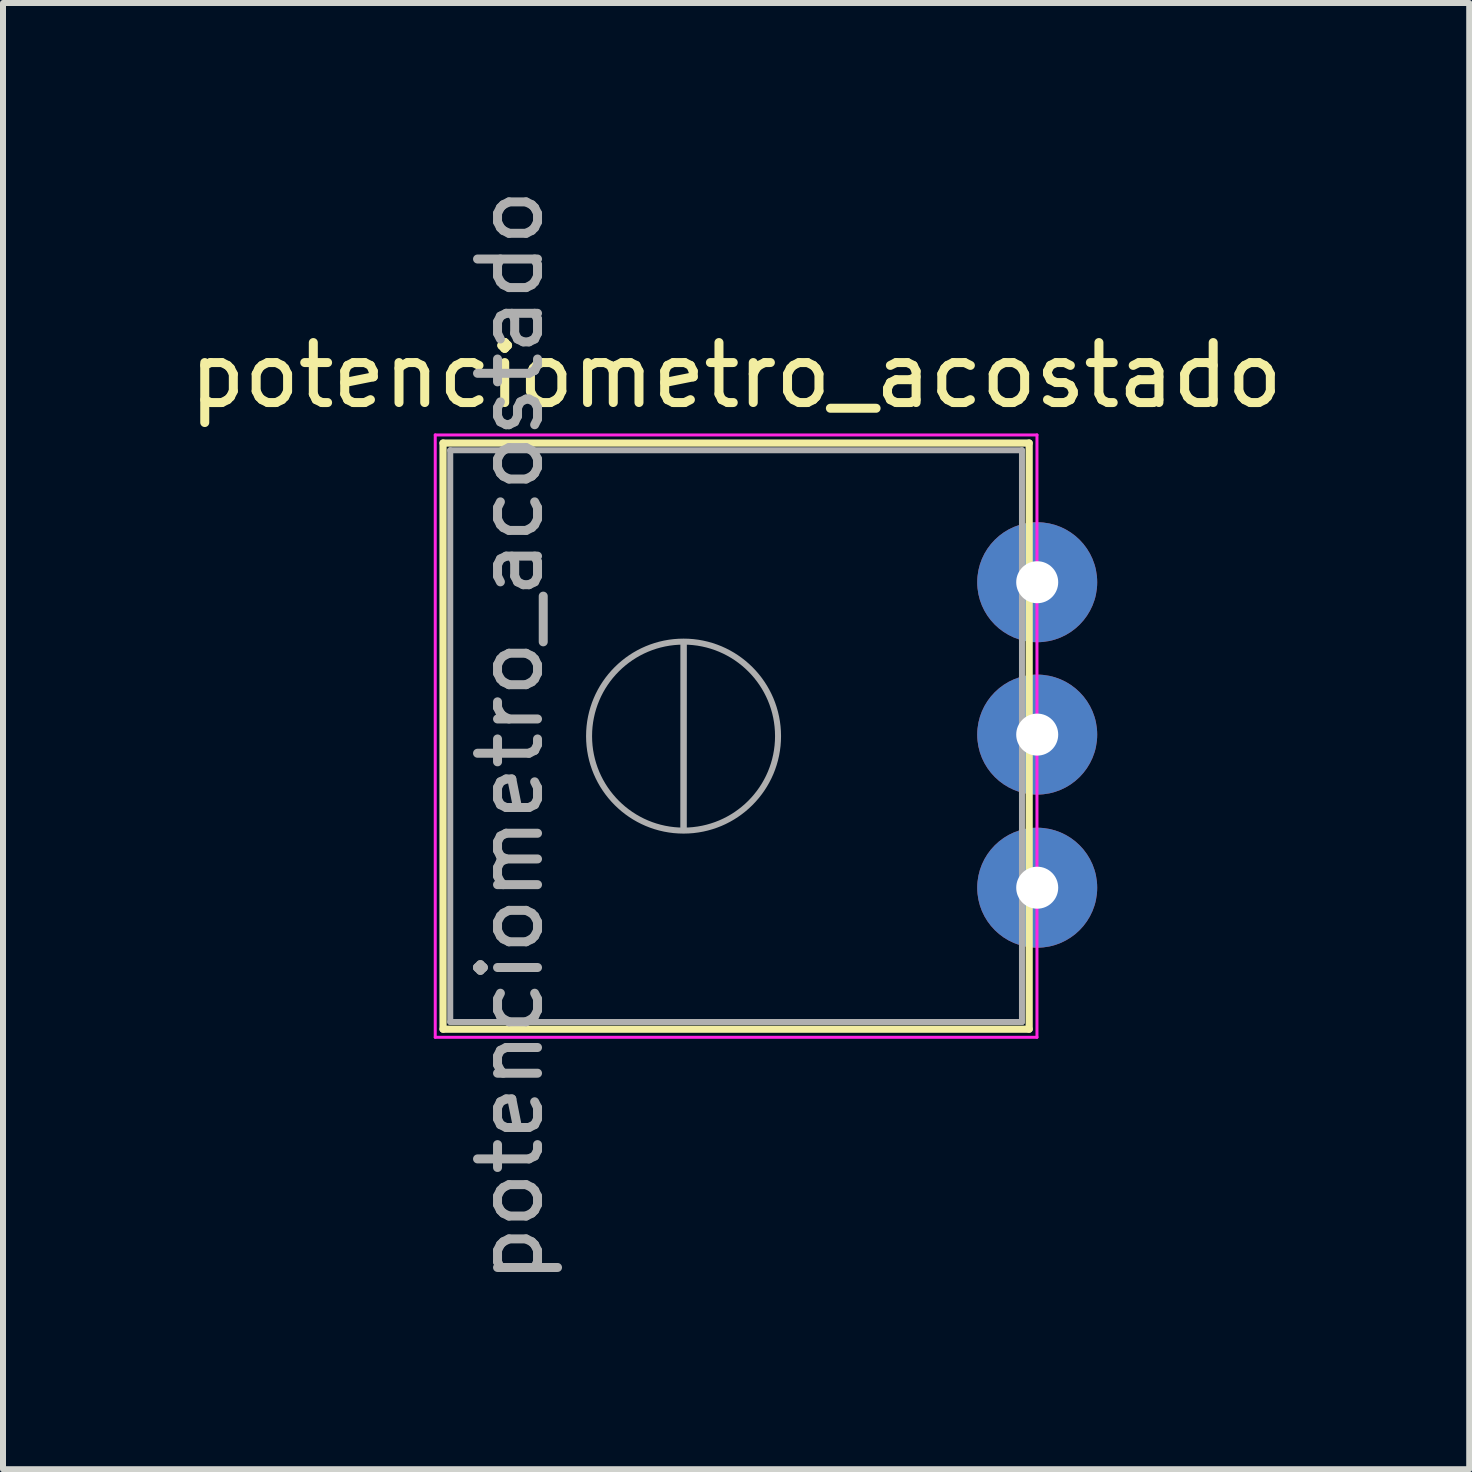
<source format=kicad_pcb>
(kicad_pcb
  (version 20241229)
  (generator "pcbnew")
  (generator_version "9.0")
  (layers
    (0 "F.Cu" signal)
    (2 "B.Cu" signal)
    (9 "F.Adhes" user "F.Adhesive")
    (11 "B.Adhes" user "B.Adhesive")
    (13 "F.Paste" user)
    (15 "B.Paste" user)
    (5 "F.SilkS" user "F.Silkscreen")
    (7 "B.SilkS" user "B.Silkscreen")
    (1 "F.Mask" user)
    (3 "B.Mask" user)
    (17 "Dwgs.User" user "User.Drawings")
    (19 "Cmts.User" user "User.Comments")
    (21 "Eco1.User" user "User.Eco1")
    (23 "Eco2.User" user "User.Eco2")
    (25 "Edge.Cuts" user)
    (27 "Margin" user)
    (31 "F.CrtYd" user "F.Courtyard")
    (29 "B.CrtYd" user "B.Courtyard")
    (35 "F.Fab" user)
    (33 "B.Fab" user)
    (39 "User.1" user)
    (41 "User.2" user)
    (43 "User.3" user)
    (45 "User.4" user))
  (footprint "potenciometro_acostado"
    (layer "F.Cu")
    (at 9.235 11.76)
    (property "Reference" "potenciometro_acostado" (at -0.015 -8.555 0) (layer "F.SilkS") (effects (font (size 1 1) (thickness 0.15))))
    (attr through_hole)
    (fp_line (start -4.9 -7.425) (end -4.9 2.345) (stroke (width 0.12) (type solid)) (layer "F.SilkS"))
    (fp_line (start -4.9 -7.425) (end 4.87 -7.425) (stroke (width 0.12) (type solid)) (layer "F.SilkS"))
    (fp_line (start -4.9 2.345) (end 4.87 2.345) (stroke (width 0.12) (type solid)) (layer "F.SilkS"))
    (fp_line (start 4.87 -7.425) (end 4.87 2.345) (stroke (width 0.12) (type solid)) (layer "F.SilkS"))
    (fp_line (start -5.03 -7.56) (end -5.03 2.48) (stroke (width 0.05) (type solid)) (layer "F.CrtYd"))
    (fp_line (start -5.03 2.48) (end 5 2.48) (stroke (width 0.05) (type solid)) (layer "F.CrtYd"))
    (fp_line (start 5 -7.56) (end -5.03 -7.56) (stroke (width 0.05) (type solid)) (layer "F.CrtYd"))
    (fp_line (start 5 2.48) (end 5 -7.56) (stroke (width 0.05) (type solid)) (layer "F.CrtYd"))
    (fp_line (start -4.78 -7.305) (end -4.78 2.225) (stroke (width 0.1) (type solid)) (layer "F.Fab"))
    (fp_line (start -4.78 2.225) (end 4.75 2.225) (stroke (width 0.1) (type solid)) (layer "F.Fab"))
    (fp_line (start -0.891 -0.98) (end -0.89 -4.099) (stroke (width 0.1) (type solid)) (layer "F.Fab"))
    (fp_line (start -0.891 -0.98) (end -0.89 -4.099) (stroke (width 0.1) (type solid)) (layer "F.Fab"))
    (fp_line (start 4.75 -7.305) (end -4.78 -7.305) (stroke (width 0.1) (type solid)) (layer "F.Fab"))
    (fp_line (start 4.75 2.225) (end 4.75 -7.305) (stroke (width 0.1) (type solid)) (layer "F.Fab"))
    (fp_circle (center -0.891 -2.54) (end 0.684 -2.54) (stroke (width 0.1) (type solid)) (fill no) (layer "F.Fab"))
    (fp_text user "${REFERENCE}" (at -3.78 -2.54 90) (layer "F.Fab") (effects (font (size 1 1) (thickness 0.15))))
    (pad "1" thru_hole circle (at 5.004 -0.013) (size 2 2) (drill 0.7) (layers "*.Cu" "*.Mask"))
    (pad "2" thru_hole circle (at 5.004 -2.565) (size 2 2) (drill 0.7) (layers "*.Cu" "*.Mask"))
    (pad "3" thru_hole circle (at 5.004 -5.105) (size 2 2) (drill 0.7) (layers "*.Cu" "*.Mask")))
  (gr_rect
    (start -3 -3)
    (end 21.44 21.44)
    (stroke (width 0.1) (type default))
    (fill no)
    (layer "Edge.Cuts")))
</source>
